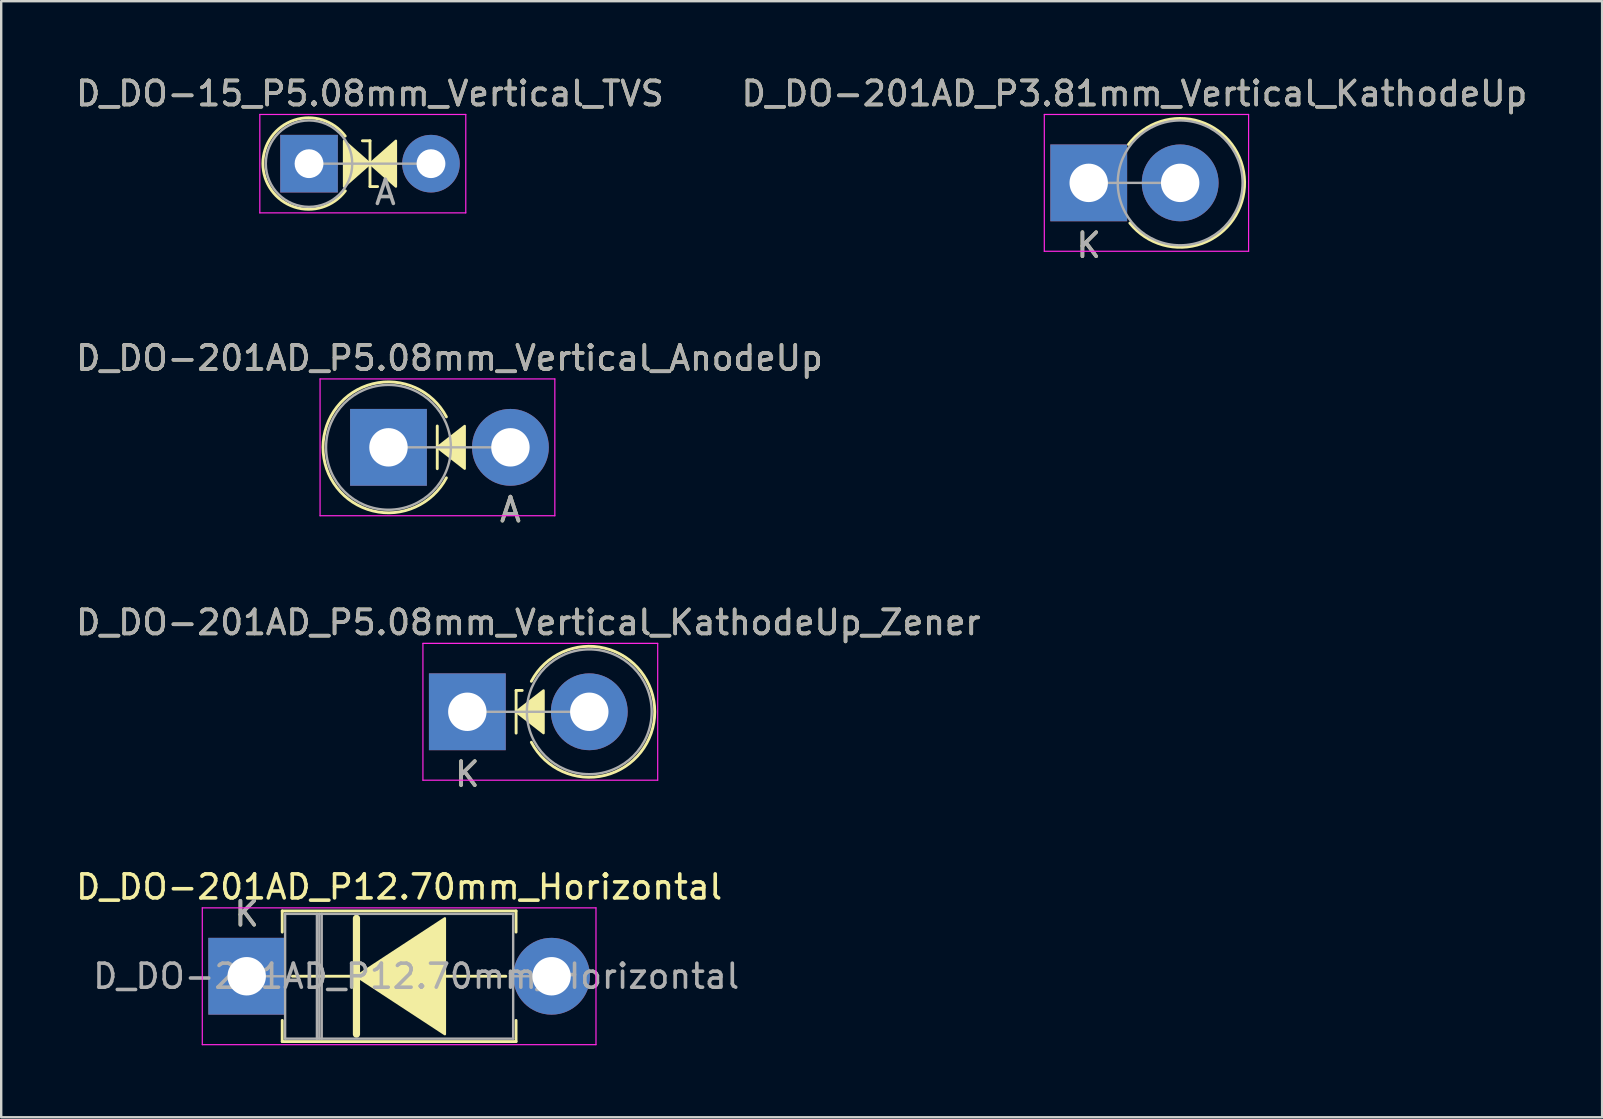
<source format=kicad_pcb>
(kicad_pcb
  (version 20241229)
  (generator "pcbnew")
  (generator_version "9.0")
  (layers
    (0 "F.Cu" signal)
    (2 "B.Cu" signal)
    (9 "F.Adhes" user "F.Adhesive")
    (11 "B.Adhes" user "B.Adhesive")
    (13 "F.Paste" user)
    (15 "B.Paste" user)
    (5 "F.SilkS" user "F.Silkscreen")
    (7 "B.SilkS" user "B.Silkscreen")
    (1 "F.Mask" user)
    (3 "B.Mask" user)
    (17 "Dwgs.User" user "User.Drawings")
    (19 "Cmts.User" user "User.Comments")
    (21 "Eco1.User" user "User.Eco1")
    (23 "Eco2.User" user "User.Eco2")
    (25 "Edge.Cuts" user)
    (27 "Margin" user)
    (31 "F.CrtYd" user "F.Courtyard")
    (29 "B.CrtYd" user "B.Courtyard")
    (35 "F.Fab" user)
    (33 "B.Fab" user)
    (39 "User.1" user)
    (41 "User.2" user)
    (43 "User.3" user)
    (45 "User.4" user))
  (footprint "D_DO-15_P5.08mm_Vertical_TVS"
    (layer "F.Cu")
    (at 9.823 3.768)
    (property "Reference" "D_DO-15_P5.08mm_Vertical_TVS" (at 2.54 -2.92 0) (layer "F.SilkS") (effects (font (size 1 1) (thickness 0.15))))
    (attr through_hole)
    (fp_line (start 2.223 -0.953) (end 2.54 -0.953) (stroke (width 0.12) (type solid)) (layer "F.SilkS"))
    (fp_line (start 2.54 -0.953) (end 2.54 0.953) (stroke (width 0.12) (type solid)) (layer "F.SilkS"))
    (fp_line (start 2.54 0.953) (end 2.857 0.953) (stroke (width 0.12) (type solid)) (layer "F.SilkS"))
    (fp_arc (start 1.510971 1.133282) (mid -1.921017 -0.003227) (end 1.507982 -1.148722) (stroke (width 0.12) (type solid)) (layer "F.SilkS"))
    (fp_poly (pts (xy 1.46 -0.953) (xy 2.54 0) (xy 1.46 0.953)) (stroke (width 0.1) (type solid)) (fill yes) (layer "F.SilkS"))
    (fp_poly (pts (xy 3.619 0.953) (xy 2.54 0) (xy 3.619 -0.953)) (stroke (width 0.1) (type solid)) (fill yes) (layer "F.SilkS"))
    (fp_line (start -2.05 -2.05) (end -2.05 2.05) (stroke (width 0.05) (type solid)) (layer "F.CrtYd"))
    (fp_line (start -2.05 2.05) (end 6.53 2.05) (stroke (width 0.05) (type solid)) (layer "F.CrtYd"))
    (fp_line (start 6.53 -2.05) (end -2.05 -2.05) (stroke (width 0.05) (type solid)) (layer "F.CrtYd"))
    (fp_line (start 6.53 2.05) (end 6.53 -2.05) (stroke (width 0.05) (type solid)) (layer "F.CrtYd"))
    (fp_line (start 0 0) (end 5.08 0) (stroke (width 0.1) (type solid)) (layer "F.Fab"))
    (fp_circle (center 0 0) (end 1.8 0) (stroke (width 0.1) (type solid)) (fill no) (layer "F.Fab"))
    (fp_text user "${REFERENCE}" (at 2.54 -2.92 0) (layer "F.Fab") (effects (font (size 1 1) (thickness 0.15))))
    (fp_text user "A" (at 3.18 1.2 0) (layer "F.Fab") (effects (font (size 1 1) (thickness 0.15))))
    (pad "1" thru_hole rect (at 0 0) (size 2.4 2.4) (drill 1.2) (layers "*.Cu" "*.Mask"))
    (pad "2" thru_hole oval (at 5.08 0) (size 2.4 2.4) (drill 1.2) (layers "*.Cu" "*.Mask")))
  (footprint "D_DO-201AD_P5.08mm_Vertical_AnodeUp"
    (layer "F.Cu")
    (at 13.133 15.585)
    (property "Reference" "D_DO-201AD_P5.08mm_Vertical_AnodeUp" (at 2.54 -3.72 0) (layer "F.SilkS") (effects (font (size 1 1) (thickness 0.15))))
    (attr through_hole)
    (fp_line (start 2.032 0.889) (end 2.032 -0.889) (stroke (width 0.12) (type solid)) (layer "F.SilkS"))
    (fp_arc (start 2.412999 1.27) (mid -2.726805 0) (end 2.412999 -1.269999) (stroke (width 0.12) (type solid)) (layer "F.SilkS"))
    (fp_poly (pts (xy 3.175 0.889) (xy 2.032 0) (xy 3.175 -0.889)) (stroke (width 0.1) (type solid)) (fill yes) (layer "F.SilkS"))
    (fp_line (start -2.85 -2.85) (end -2.85 2.85) (stroke (width 0.05) (type solid)) (layer "F.CrtYd"))
    (fp_line (start -2.85 2.85) (end 6.93 2.85) (stroke (width 0.05) (type solid)) (layer "F.CrtYd"))
    (fp_line (start 6.93 -2.85) (end -2.85 -2.85) (stroke (width 0.05) (type solid)) (layer "F.CrtYd"))
    (fp_line (start 6.93 2.85) (end 6.93 -2.85) (stroke (width 0.05) (type solid)) (layer "F.CrtYd"))
    (fp_line (start 0 0) (end 5.08 0) (stroke (width 0.1) (type solid)) (layer "F.Fab"))
    (fp_circle (center 0 0) (end 2.6 0) (stroke (width 0.1) (type solid)) (fill no) (layer "F.Fab"))
    (fp_text user "A" (at 5.08 2.6 0) (layer "F.SilkS") (effects (font (size 1 1) (thickness 0.15))))
    (fp_text user "A" (at 5.08 2.6 0) (layer "F.Fab") (effects (font (size 1 1) (thickness 0.15))))
    (fp_text user "${REFERENCE}" (at 2.54 -3.72 0) (layer "F.Fab") (effects (font (size 1 1) (thickness 0.15))))
    (pad "1" thru_hole rect (at 0 0) (size 3.2 3.2) (drill 1.6) (layers "*.Cu" "*.Mask"))
    (pad "2" thru_hole oval (at 5.08 0) (size 3.2 3.2) (drill 1.6) (layers "*.Cu" "*.Mask")))
  (footprint "D_DO-201AD_P5.08mm_Vertical_KathodeUp_Zener"
    (layer "F.Cu")
    (at 16.418 26.601)
    (property "Reference" "D_DO-201AD_P5.08mm_Vertical_KathodeUp_Zener" (at 2.54 -3.72 0) (layer "F.SilkS") (effects (font (size 1 1) (thickness 0.15))))
    (attr through_hole)
    (fp_line (start 2.032 -0.889) (end 2.286 -0.889) (stroke (width 0.12) (type solid)) (layer "F.SilkS"))
    (fp_line (start 2.032 0.889) (end 2.032 -0.889) (stroke (width 0.12) (type solid)) (layer "F.SilkS"))
    (fp_arc (start 2.667 -1.269999) (mid 7.806804 0.000001) (end 2.667 1.27) (stroke (width 0.12) (type solid)) (layer "F.SilkS"))
    (fp_poly (pts (xy 3.175 0.889) (xy 2.032 0) (xy 3.175 -0.889)) (stroke (width 0.1) (type solid)) (fill yes) (layer "F.SilkS"))
    (fp_line (start -1.85 -2.85) (end -1.85 2.85) (stroke (width 0.05) (type solid)) (layer "F.CrtYd"))
    (fp_line (start -1.85 2.85) (end 7.93 2.85) (stroke (width 0.05) (type solid)) (layer "F.CrtYd"))
    (fp_line (start 7.93 -2.85) (end -1.85 -2.85) (stroke (width 0.05) (type solid)) (layer "F.CrtYd"))
    (fp_line (start 7.93 2.85) (end 7.93 -2.85) (stroke (width 0.05) (type solid)) (layer "F.CrtYd"))
    (fp_line (start 0 0) (end 5.08 0) (stroke (width 0.1) (type solid)) (layer "F.Fab"))
    (fp_circle (center 5.08 0) (end 7.68 0) (stroke (width 0.1) (type solid)) (fill no) (layer "F.Fab"))
    (fp_text user "K" (at 0 2.6 0) (layer "F.SilkS") (effects (font (size 1 1) (thickness 0.15))))
    (fp_text user "K" (at 0 2.6 0) (layer "F.Fab") (effects (font (size 1 1) (thickness 0.15))))
    (fp_text user "${REFERENCE}" (at 2.54 -3.72 0) (layer "F.Fab") (effects (font (size 1 1) (thickness 0.15))))
    (pad "1" thru_hole rect (at 0 0) (size 3.2 3.2) (drill 1.6) (layers "*.Cu" "*.Mask"))
    (pad "2" thru_hole oval (at 5.08 0) (size 3.2 3.2) (drill 1.6) (layers "*.Cu" "*.Mask")))
  (footprint "D_DO-201AD_P3.81mm_Vertical_KathodeUp"
    (layer "F.Cu")
    (at 42.303 4.568)
    (property "Reference" "D_DO-201AD_P3.81mm_Vertical_KathodeUp" (at 1.905 -3.72 0) (layer "F.SilkS") (effects (font (size 1 1) (thickness 0.15))))
    (attr through_hole)
    (fp_arc (start 1.655284 -1.6) (mid 6.493382 -0.047582) (end 1.713364 1.675386) (stroke (width 0.12) (type solid)) (layer "F.SilkS"))
    (fp_line (start -1.85 -2.85) (end -1.85 2.85) (stroke (width 0.05) (type solid)) (layer "F.CrtYd"))
    (fp_line (start -1.85 2.85) (end 6.66 2.85) (stroke (width 0.05) (type solid)) (layer "F.CrtYd"))
    (fp_line (start 6.66 -2.85) (end -1.85 -2.85) (stroke (width 0.05) (type solid)) (layer "F.CrtYd"))
    (fp_line (start 6.66 2.85) (end 6.66 -2.85) (stroke (width 0.05) (type solid)) (layer "F.CrtYd"))
    (fp_line (start 0 0) (end 3.81 0) (stroke (width 0.1) (type solid)) (layer "F.Fab"))
    (fp_circle (center 3.81 0) (end 6.41 0) (stroke (width 0.1) (type solid)) (fill no) (layer "F.Fab"))
    (fp_text user "K" (at 0 2.6 0) (layer "F.SilkS") (effects (font (size 1 1) (thickness 0.15))))
    (fp_text user "K" (at 0 2.6 0) (layer "F.Fab") (effects (font (size 1 1) (thickness 0.15))))
    (fp_text user "${REFERENCE}" (at 1.905 -3.72 0) (layer "F.Fab") (effects (font (size 1 1) (thickness 0.15))))
    (pad "1" thru_hole rect (at 0 0) (size 3.2 3.2) (drill 1.6) (layers "*.Cu" "*.Mask"))
    (pad "2" thru_hole oval (at 3.81 0) (size 3.2 3.2) (drill 1.6) (layers "*.Cu" "*.Mask")))
  (footprint "D_DO-201AD_P12.70mm_Horizontal"
    (layer "F.Cu")
    (at 7.227 37.618)
    (property "Reference" "D_DO-201AD_P12.70mm_Horizontal" (at 6.35 -3.72 0) (layer "F.SilkS") (effects (font (size 1 1) (thickness 0.15))))
    (attr through_hole)
    (fp_line (start 1.48 -2.72) (end 11.22 -2.72) (stroke (width 0.12) (type solid)) (layer "F.SilkS"))
    (fp_line (start 1.48 -1.84) (end 1.48 -2.72) (stroke (width 0.12) (type solid)) (layer "F.SilkS"))
    (fp_line (start 1.48 1.84) (end 1.48 2.72) (stroke (width 0.12) (type solid)) (layer "F.SilkS"))
    (fp_line (start 1.48 2.72) (end 11.22 2.72) (stroke (width 0.12) (type solid)) (layer "F.SilkS"))
    (fp_line (start 4.445 0) (end 1.905 0) (stroke (width 0.12) (type solid)) (layer "F.SilkS"))
    (fp_line (start 4.572 -2.413) (end 4.572 2.413) (stroke (width 0.3) (type solid)) (layer "F.SilkS"))
    (fp_line (start 8.255 0) (end 10.795 0) (stroke (width 0.12) (type solid)) (layer "F.SilkS"))
    (fp_line (start 11.22 -2.72) (end 11.22 -1.84) (stroke (width 0.12) (type solid)) (layer "F.SilkS"))
    (fp_line (start 11.22 2.72) (end 11.22 1.84) (stroke (width 0.12) (type solid)) (layer "F.SilkS"))
    (fp_poly (pts (xy 8.255 2.413) (xy 4.572 0) (xy 8.255 -2.413)) (stroke (width 0.1) (type solid)) (fill yes) (layer "F.SilkS"))
    (fp_line (start -1.85 -2.85) (end -1.85 2.85) (stroke (width 0.05) (type solid)) (layer "F.CrtYd"))
    (fp_line (start -1.85 2.85) (end 14.55 2.85) (stroke (width 0.05) (type solid)) (layer "F.CrtYd"))
    (fp_line (start 14.55 -2.85) (end -1.85 -2.85) (stroke (width 0.05) (type solid)) (layer "F.CrtYd"))
    (fp_line (start 14.55 2.85) (end 14.55 -2.85) (stroke (width 0.05) (type solid)) (layer "F.CrtYd"))
    (fp_line (start 0 0) (end 1.6 0) (stroke (width 0.1) (type solid)) (layer "F.Fab"))
    (fp_line (start 1.6 -2.6) (end 1.6 2.6) (stroke (width 0.1) (type solid)) (layer "F.Fab"))
    (fp_line (start 1.6 2.6) (end 11.1 2.6) (stroke (width 0.1) (type solid)) (layer "F.Fab"))
    (fp_line (start 2.925 -2.6) (end 2.925 2.6) (stroke (width 0.1) (type solid)) (layer "F.Fab"))
    (fp_line (start 3.025 -2.6) (end 3.025 2.6) (stroke (width 0.1) (type solid)) (layer "F.Fab"))
    (fp_line (start 3.125 -2.6) (end 3.125 2.6) (stroke (width 0.1) (type solid)) (layer "F.Fab"))
    (fp_line (start 11.1 -2.6) (end 1.6 -2.6) (stroke (width 0.1) (type solid)) (layer "F.Fab"))
    (fp_line (start 11.1 2.6) (end 11.1 -2.6) (stroke (width 0.1) (type solid)) (layer "F.Fab"))
    (fp_line (start 12.7 0) (end 11.1 0) (stroke (width 0.1) (type solid)) (layer "F.Fab"))
    (fp_text user "K" (at 0 -2.6 0) (layer "F.SilkS") (effects (font (size 1 1) (thickness 0.15))))
    (fp_text user "K" (at 0 -2.6 0) (layer "F.Fab") (effects (font (size 1 1) (thickness 0.15))))
    (fp_text user "${REFERENCE}" (at 7.062 0 0) (layer "F.Fab") (effects (font (size 1 1) (thickness 0.15))))
    (pad "1" thru_hole rect (at 0 0) (size 3.2 3.2) (drill 1.6) (layers "*.Cu" "*.Mask"))
    (pad "2" thru_hole oval (at 12.7 0) (size 3.2 3.2) (drill 1.6) (layers "*.Cu" "*.Mask")))
  (gr_rect
    (start -3 -3)
    (end 63.69 43.493)
    (stroke (width 0.1) (type default))
    (fill no)
    (layer "Edge.Cuts")))
</source>
